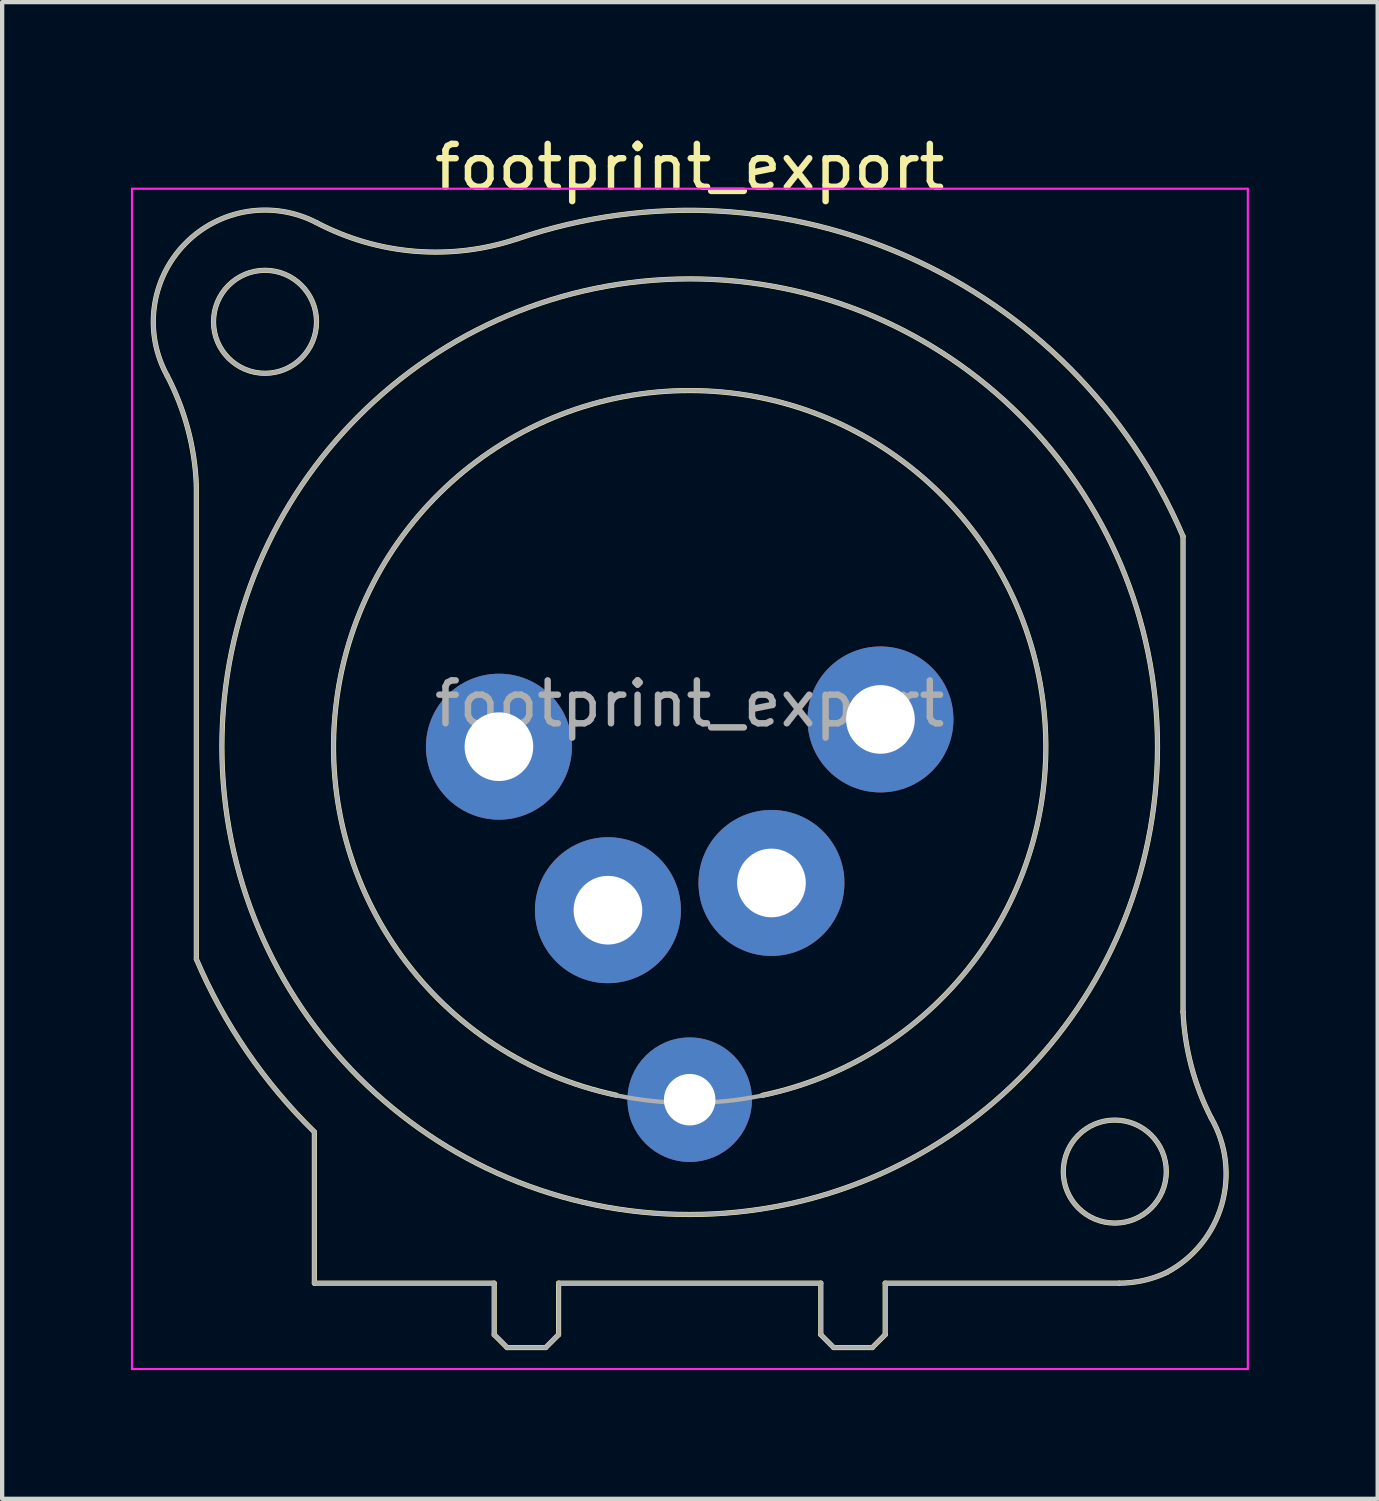
<source format=kicad_pcb>
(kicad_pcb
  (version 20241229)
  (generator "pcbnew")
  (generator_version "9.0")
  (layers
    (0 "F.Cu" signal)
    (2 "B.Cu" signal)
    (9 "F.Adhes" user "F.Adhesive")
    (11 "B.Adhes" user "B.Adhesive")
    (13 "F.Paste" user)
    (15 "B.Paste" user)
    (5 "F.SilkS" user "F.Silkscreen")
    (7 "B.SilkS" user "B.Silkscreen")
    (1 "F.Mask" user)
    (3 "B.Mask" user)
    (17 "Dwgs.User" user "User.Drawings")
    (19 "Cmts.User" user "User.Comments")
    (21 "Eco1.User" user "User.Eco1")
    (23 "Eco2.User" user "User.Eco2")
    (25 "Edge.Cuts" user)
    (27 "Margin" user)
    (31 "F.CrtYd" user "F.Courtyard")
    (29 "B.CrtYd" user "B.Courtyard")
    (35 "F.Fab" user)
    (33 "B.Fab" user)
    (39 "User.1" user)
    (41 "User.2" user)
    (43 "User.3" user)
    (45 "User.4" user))
  (footprint "footprint_export"
    (layer "F.Cu")
    (at 8.575 14.348)
    (property "Reference" "footprint_export" (at 4.445 -13.5 0) (layer "F.SilkS") (effects (font (size 1 1) (thickness 0.15))))
    (attr through_hole)
    (fp_line (start -7.05 -6.08) (end -7.05 4.95) (stroke (width 0.12) (type solid)) (layer "F.SilkS"))
    (fp_line (start -4.3 12.5) (end -4.3 8.98) (stroke (width 0.12) (type solid)) (layer "F.SilkS"))
    (fp_line (start -0.11 12.5) (end -4.3 12.5) (stroke (width 0.12) (type solid)) (layer "F.SilkS"))
    (fp_line (start -0.11 12.5) (end -0.11 13.7) (stroke (width 0.12) (type solid)) (layer "F.SilkS"))
    (fp_line (start -0.11 13.7) (end 0.19 14) (stroke (width 0.12) (type solid)) (layer "F.SilkS"))
    (fp_line (start 1.09 14) (end 0.19 14) (stroke (width 0.12) (type solid)) (layer "F.SilkS"))
    (fp_line (start 1.39 12.5) (end 1.39 13.7) (stroke (width 0.12) (type solid)) (layer "F.SilkS"))
    (fp_line (start 1.39 13.7) (end 1.09 14) (stroke (width 0.12) (type solid)) (layer "F.SilkS"))
    (fp_line (start 7.5 12.5) (end 1.39 12.5) (stroke (width 0.12) (type solid)) (layer "F.SilkS"))
    (fp_line (start 7.5 12.5) (end 7.5 13.7) (stroke (width 0.12) (type solid)) (layer "F.SilkS"))
    (fp_line (start 7.5 13.7) (end 7.8 14) (stroke (width 0.12) (type solid)) (layer "F.SilkS"))
    (fp_line (start 7.8 14) (end 8.7 14) (stroke (width 0.12) (type solid)) (layer "F.SilkS"))
    (fp_line (start 9 12.5) (end 9 13.7) (stroke (width 0.12) (type solid)) (layer "F.SilkS"))
    (fp_line (start 9 13.7) (end 8.7 14) (stroke (width 0.12) (type solid)) (layer "F.SilkS"))
    (fp_line (start 14.45 12.5) (end 9 12.5) (stroke (width 0.12) (type solid)) (layer "F.SilkS"))
    (fp_line (start 15.94 6.18) (end 15.94 -4.9) (stroke (width 0.12) (type solid)) (layer "F.SilkS"))
    (fp_arc (start -7.729201 -8.641635) (mid -7.2465 -7.39876) (end -7.05 -6.08) (stroke (width 0.12) (type solid)) (layer "F.SilkS"))
    (fp_arc (start -7.725637 -8.636048) (mid -7.316154 -11.714819) (end -4.25 -12.21) (stroke (width 0.12) (type solid)) (layer "F.SilkS"))
    (fp_arc (start -4.299846 8.975956) (mid -5.873184 7.098411) (end -7.05 4.95) (stroke (width 0.12) (type solid)) (layer "F.SilkS"))
    (fp_arc (start 0.433843 -11.835383) (mid -1.946442 -11.543029) (end -4.25 -12.21) (stroke (width 0.12) (type solid)) (layer "F.SilkS"))
    (fp_arc (start 0.441327 -11.837045) (mid 9.549963 -11.405454) (end 15.94 -4.9) (stroke (width 0.12) (type solid)) (layer "F.SilkS"))
    (fp_arc (start 2.735 8.12) (mid 4.451114 -8.2981) (end 6.143033 8.122511) (stroke (width 0.12) (type solid)) (layer "F.SilkS"))
    (fp_arc (start 15.558668 12.251777) (mid 15.018058 12.437185) (end 14.45 12.5) (stroke (width 0.12) (type solid)) (layer "F.SilkS"))
    (fp_arc (start 16.596979 8.653179) (mid 16.135244 7.451985) (end 15.94 6.18) (stroke (width 0.12) (type solid)) (layer "F.SilkS"))
    (fp_arc (start 16.598286 8.654414) (mid 16.841335 10.672303) (end 15.56 12.25) (stroke (width 0.12) (type solid)) (layer "F.SilkS"))
    (fp_circle (center -5.45 -9.9) (end -4.25 -9.9) (stroke (width 0.12) (type solid)) (fill no) (layer "F.SilkS"))
    (fp_circle (center 4.445 0) (end 15.345 0) (stroke (width 0.12) (type solid)) (fill no) (layer "F.SilkS"))
    (fp_circle (center 14.35 9.9) (end 15.55 9.9) (stroke (width 0.12) (type solid)) (fill no) (layer "F.SilkS"))
    (fp_line (start -8.55 -13) (end 17.45 -13) (stroke (width 0.05) (type solid)) (layer "F.CrtYd"))
    (fp_line (start -8.55 14.5) (end -8.55 -13) (stroke (width 0.05) (type solid)) (layer "F.CrtYd"))
    (fp_line (start 17.45 -13) (end 17.45 14.5) (stroke (width 0.05) (type solid)) (layer "F.CrtYd"))
    (fp_line (start 17.45 14.5) (end -8.55 14.5) (stroke (width 0.05) (type solid)) (layer "F.CrtYd"))
    (fp_line (start -7.05 -6.08) (end -7.05 4.95) (stroke (width 0.1) (type solid)) (layer "F.Fab"))
    (fp_line (start -4.3 12.5) (end -4.3 8.98) (stroke (width 0.1) (type solid)) (layer "F.Fab"))
    (fp_line (start -0.11 12.5) (end -4.3 12.5) (stroke (width 0.1) (type solid)) (layer "F.Fab"))
    (fp_line (start -0.11 12.5) (end -0.11 13.7) (stroke (width 0.1) (type solid)) (layer "F.Fab"))
    (fp_line (start -0.11 13.7) (end 0.19 14) (stroke (width 0.1) (type solid)) (layer "F.Fab"))
    (fp_line (start 1.09 14) (end 0.19 14) (stroke (width 0.1) (type solid)) (layer "F.Fab"))
    (fp_line (start 1.39 12.5) (end 1.39 13.7) (stroke (width 0.1) (type solid)) (layer "F.Fab"))
    (fp_line (start 1.39 13.7) (end 1.09 14) (stroke (width 0.1) (type solid)) (layer "F.Fab"))
    (fp_line (start 7.5 12.5) (end 1.39 12.5) (stroke (width 0.1) (type solid)) (layer "F.Fab"))
    (fp_line (start 7.5 12.5) (end 7.5 13.7) (stroke (width 0.1) (type solid)) (layer "F.Fab"))
    (fp_line (start 7.5 13.7) (end 7.8 14) (stroke (width 0.1) (type solid)) (layer "F.Fab"))
    (fp_line (start 7.8 14) (end 8.7 14) (stroke (width 0.1) (type solid)) (layer "F.Fab"))
    (fp_line (start 9 12.5) (end 9 13.7) (stroke (width 0.1) (type solid)) (layer "F.Fab"))
    (fp_line (start 9 13.7) (end 8.7 14) (stroke (width 0.1) (type solid)) (layer "F.Fab"))
    (fp_line (start 14.45 12.5) (end 9 12.5) (stroke (width 0.1) (type solid)) (layer "F.Fab"))
    (fp_line (start 15.94 6.18) (end 15.94 -4.9) (stroke (width 0.1) (type solid)) (layer "F.Fab"))
    (fp_arc (start -7.729201 -8.641635) (mid -7.2465 -7.39876) (end -7.05 -6.08) (stroke (width 0.1) (type solid)) (layer "F.Fab"))
    (fp_arc (start -7.725637 -8.636048) (mid -7.316154 -11.714819) (end -4.25 -12.21) (stroke (width 0.1) (type solid)) (layer "F.Fab"))
    (fp_arc (start -4.299846 8.975956) (mid -5.873184 7.098411) (end -7.05 4.95) (stroke (width 0.1) (type solid)) (layer "F.Fab"))
    (fp_arc (start 0.433843 -11.835383) (mid -1.946442 -11.543029) (end -4.25 -12.21) (stroke (width 0.1) (type solid)) (layer "F.Fab"))
    (fp_arc (start 0.441327 -11.837045) (mid 9.549963 -11.405454) (end 15.94 -4.9) (stroke (width 0.1) (type solid)) (layer "F.Fab"))
    (fp_arc (start 15.558668 12.251777) (mid 15.018058 12.437185) (end 14.45 12.5) (stroke (width 0.1) (type solid)) (layer "F.Fab"))
    (fp_arc (start 16.596979 8.653179) (mid 16.135244 7.451985) (end 15.94 6.18) (stroke (width 0.1) (type solid)) (layer "F.Fab"))
    (fp_arc (start 16.598286 8.654414) (mid 16.841335 10.672303) (end 15.56 12.25) (stroke (width 0.1) (type solid)) (layer "F.Fab"))
    (fp_circle (center -5.45 -9.9) (end -4.25 -9.9) (stroke (width 0.1) (type solid)) (fill no) (layer "F.Fab"))
    (fp_circle (center 4.445 0) (end 12.745 0) (stroke (width 0.1) (type solid)) (fill no) (layer "F.Fab"))
    (fp_circle (center 4.445 0) (end 15.345 0) (stroke (width 0.1) (type solid)) (fill no) (layer "F.Fab"))
    (fp_circle (center 14.35 9.9) (end 15.55 9.9) (stroke (width 0.1) (type solid)) (fill no) (layer "F.Fab"))
    (fp_text user "${REFERENCE}" (at 4.445 -1 0) (layer "F.Fab") (effects (font (size 1 1) (thickness 0.15))))
    (pad "1" thru_hole circle (at 0 0) (size 3.4 3.4) (drill 1.6) (layers "*.Cu" "*.Mask"))
    (pad "2" thru_hole circle (at 2.54 3.81) (size 3.4 3.4) (drill 1.6) (layers "*.Cu" "*.Mask"))
    (pad "3" thru_hole circle (at 6.35 3.175) (size 3.4 3.4) (drill 1.6) (layers "*.Cu" "*.Mask"))
    (pad "4" thru_hole circle (at 8.89 -0.635) (size 3.4 3.4) (drill 1.6) (layers "*.Cu" "*.Mask"))
    (pad "G" thru_hole circle (at 4.445 8.225) (size 2.9 2.9) (drill 1.2) (layers "*.Cu" "*.Mask")))
  (gr_rect
    (start -3 -3)
    (end 29.05 31.873)
    (stroke (width 0.1) (type default))
    (fill no)
    (layer "Edge.Cuts")))
</source>
